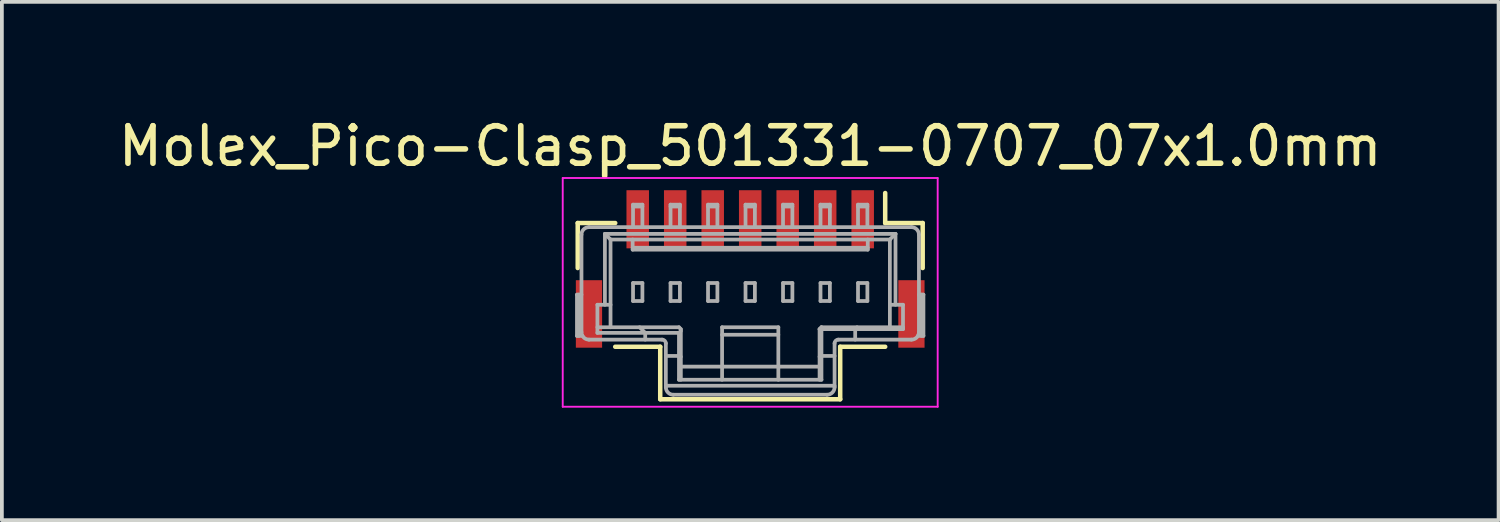
<source format=kicad_pcb>
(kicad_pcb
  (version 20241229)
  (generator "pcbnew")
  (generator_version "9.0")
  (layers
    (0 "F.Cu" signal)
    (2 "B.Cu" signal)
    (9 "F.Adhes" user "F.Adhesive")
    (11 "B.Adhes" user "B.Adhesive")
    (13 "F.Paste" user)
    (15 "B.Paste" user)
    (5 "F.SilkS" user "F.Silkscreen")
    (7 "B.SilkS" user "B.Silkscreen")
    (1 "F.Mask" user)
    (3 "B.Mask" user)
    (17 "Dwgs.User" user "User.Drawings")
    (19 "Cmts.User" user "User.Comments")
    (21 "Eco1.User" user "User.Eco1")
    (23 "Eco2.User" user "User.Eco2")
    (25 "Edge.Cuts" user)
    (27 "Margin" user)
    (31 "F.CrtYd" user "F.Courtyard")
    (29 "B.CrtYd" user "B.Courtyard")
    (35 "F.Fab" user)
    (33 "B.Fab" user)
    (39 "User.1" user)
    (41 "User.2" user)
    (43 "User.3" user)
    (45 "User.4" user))
  (footprint "Molex_Pico-Clasp_501331-0707_07x1.0mm"
    (layer "F.Cu")
    (at 16.958 4.748)
    (property "Reference" "Molex_Pico-Clasp_501331-0707_07x1.0mm" (at 0 -3.9 0) (layer "F.SilkS") (effects (font (size 1 1) (thickness 0.15))))
    (attr smd)
    (fp_line (start -4.6 -1.85) (end -3.6 -1.85) (stroke (width 0.12) (type solid)) (layer "F.SilkS"))
    (fp_line (start -4.6 -0.65) (end -4.6 -1.85) (stroke (width 0.12) (type solid)) (layer "F.SilkS"))
    (fp_line (start -2.4 1.45) (end -3.6 1.45) (stroke (width 0.12) (type solid)) (layer "F.SilkS"))
    (fp_line (start -2.4 2.85) (end -2.4 1.45) (stroke (width 0.12) (type solid)) (layer "F.SilkS"))
    (fp_line (start -2.4 2.85) (end 2.4 2.85) (stroke (width 0.12) (type solid)) (layer "F.SilkS"))
    (fp_line (start 2.4 1.45) (end 3.6 1.45) (stroke (width 0.12) (type solid)) (layer "F.SilkS"))
    (fp_line (start 2.4 2.85) (end 2.4 1.45) (stroke (width 0.12) (type solid)) (layer "F.SilkS"))
    (fp_line (start 3.6 -1.85) (end 3.6 -2.65) (stroke (width 0.12) (type solid)) (layer "F.SilkS"))
    (fp_line (start 4.6 -1.85) (end 3.6 -1.85) (stroke (width 0.12) (type solid)) (layer "F.SilkS"))
    (fp_line (start 4.6 -0.65) (end 4.6 -1.85) (stroke (width 0.12) (type solid)) (layer "F.SilkS"))
    (fp_line (start -5 -3.05) (end 5 -3.05) (stroke (width 0.05) (type solid)) (layer "F.CrtYd"))
    (fp_line (start -5 3.05) (end -5 -3.05) (stroke (width 0.05) (type solid)) (layer "F.CrtYd"))
    (fp_line (start 5 -3.05) (end 5 3.05) (stroke (width 0.05) (type solid)) (layer "F.CrtYd"))
    (fp_line (start 5 3.05) (end -5 3.05) (stroke (width 0.05) (type solid)) (layer "F.CrtYd"))
    (fp_line (start -4.62 1.16) (end -4.62 0.06) (stroke (width 0.1) (type solid)) (layer "F.Fab"))
    (fp_line (start -4.62 1.16) (end -4.473 1.16) (stroke (width 0.1) (type solid)) (layer "F.Fab"))
    (fp_line (start -4.57 0.06) (end -4.57 1.16) (stroke (width 0.1) (type solid)) (layer "F.Fab"))
    (fp_line (start -4.5 0.06) (end -4.62 0.06) (stroke (width 0.1) (type solid)) (layer "F.Fab"))
    (fp_line (start -4.5 1.06) (end -4.5 -1.54) (stroke (width 0.1) (type solid)) (layer "F.Fab"))
    (fp_line (start -4.3 -1.74) (end 4.3 -1.74) (stroke (width 0.1) (type solid)) (layer "F.Fab"))
    (fp_line (start -4.075 0.33) (end -4.075 1.08) (stroke (width 0.1) (type solid)) (layer "F.Fab"))
    (fp_line (start -4.075 0.93) (end -1.9 0.93) (stroke (width 0.1) (type solid)) (layer "F.Fab"))
    (fp_line (start -3.875 -1.56) (end -3.725 -1.41) (stroke (width 0.1) (type solid)) (layer "F.Fab"))
    (fp_line (start -3.875 0.33) (end -3.875 -1.56) (stroke (width 0.1) (type solid)) (layer "F.Fab"))
    (fp_line (start -3.725 -1.41) (end 3.725 -1.41) (stroke (width 0.1) (type solid)) (layer "F.Fab"))
    (fp_line (start -3.725 0.33) (end -4.075 0.33) (stroke (width 0.1) (type solid)) (layer "F.Fab"))
    (fp_line (start -3.725 0.93) (end -3.725 -1.41) (stroke (width 0.1) (type solid)) (layer "F.Fab"))
    (fp_line (start -3.135 -1.19) (end 3.135 -1.19) (stroke (width 0.1) (type solid)) (layer "F.Fab"))
    (fp_line (start -3.135 -1.14) (end -3.135 -1.41) (stroke (width 0.1) (type solid)) (layer "F.Fab"))
    (fp_line (start -3.125 -2.34) (end -3.125 -1.74) (stroke (width 0.1) (type solid)) (layer "F.Fab"))
    (fp_line (start -3.125 -2.34) (end -2.875 -2.34) (stroke (width 0.1) (type solid)) (layer "F.Fab"))
    (fp_line (start -3.125 -0.25) (end -3.125 0.23) (stroke (width 0.1) (type solid)) (layer "F.Fab"))
    (fp_line (start -3.125 -0.25) (end -2.875 -0.25) (stroke (width 0.1) (type solid)) (layer "F.Fab"))
    (fp_line (start -3.125 0.23) (end -2.875 0.23) (stroke (width 0.1) (type solid)) (layer "F.Fab"))
    (fp_line (start -2.875 -2.34) (end -2.875 -1.74) (stroke (width 0.1) (type solid)) (layer "F.Fab"))
    (fp_line (start -2.875 -2.29) (end -3.125 -2.29) (stroke (width 0.1) (type solid)) (layer "F.Fab"))
    (fp_line (start -2.875 -0.25) (end -2.875 0.23) (stroke (width 0.1) (type solid)) (layer "F.Fab"))
    (fp_line (start -2.8 1.08) (end -2.95 0.93) (stroke (width 0.1) (type solid)) (layer "F.Fab"))
    (fp_line (start -2.8 1.08) (end -2.8 1.26) (stroke (width 0.1) (type solid)) (layer "F.Fab"))
    (fp_line (start -2.35 1.26) (end -4.3 1.26) (stroke (width 0.1) (type solid)) (layer "F.Fab"))
    (fp_line (start -2.25 2.49) (end 2.25 2.49) (stroke (width 0.1) (type solid)) (layer "F.Fab"))
    (fp_line (start -2.25 2.53) (end -2.25 1.36) (stroke (width 0.1) (type solid)) (layer "F.Fab"))
    (fp_line (start -2.125 -2.34) (end -2.125 -1.74) (stroke (width 0.1) (type solid)) (layer "F.Fab"))
    (fp_line (start -2.125 -2.34) (end -1.875 -2.34) (stroke (width 0.1) (type solid)) (layer "F.Fab"))
    (fp_line (start -2.125 -0.25) (end -2.125 0.23) (stroke (width 0.1) (type solid)) (layer "F.Fab"))
    (fp_line (start -2.125 -0.25) (end -1.875 -0.25) (stroke (width 0.1) (type solid)) (layer "F.Fab"))
    (fp_line (start -2.125 0.23) (end -1.875 0.23) (stroke (width 0.1) (type solid)) (layer "F.Fab"))
    (fp_line (start -1.9 0.93) (end -1.85 0.98) (stroke (width 0.1) (type solid)) (layer "F.Fab"))
    (fp_line (start -1.9 1.08) (end -4.075 1.08) (stroke (width 0.1) (type solid)) (layer "F.Fab"))
    (fp_line (start -1.9 1.695) (end -2.25 1.695) (stroke (width 0.1) (type solid)) (layer "F.Fab"))
    (fp_line (start -1.9 1.695) (end -1.85 1.716) (stroke (width 0.1) (type solid)) (layer "F.Fab"))
    (fp_line (start -1.9 2.33) (end -1.9 1.08) (stroke (width 0.1) (type solid)) (layer "F.Fab"))
    (fp_line (start -1.9 2.33) (end 1.9 2.33) (stroke (width 0.1) (type solid)) (layer "F.Fab"))
    (fp_line (start -1.875 -2.34) (end -1.875 -1.74) (stroke (width 0.1) (type solid)) (layer "F.Fab"))
    (fp_line (start -1.875 -2.29) (end -2.125 -2.29) (stroke (width 0.1) (type solid)) (layer "F.Fab"))
    (fp_line (start -1.875 -0.25) (end -1.875 0.23) (stroke (width 0.1) (type solid)) (layer "F.Fab"))
    (fp_line (start -1.85 0.98) (end -1.85 2.33) (stroke (width 0.1) (type solid)) (layer "F.Fab"))
    (fp_line (start -1.85 1.03) (end -1.9 1.08) (stroke (width 0.1) (type solid)) (layer "F.Fab"))
    (fp_line (start -1.85 1.98) (end 1.85 1.98) (stroke (width 0.1) (type solid)) (layer "F.Fab"))
    (fp_line (start -1.125 -2.34) (end -1.125 -1.74) (stroke (width 0.1) (type solid)) (layer "F.Fab"))
    (fp_line (start -1.125 -2.34) (end -0.875 -2.34) (stroke (width 0.1) (type solid)) (layer "F.Fab"))
    (fp_line (start -1.125 -0.25) (end -1.125 0.23) (stroke (width 0.1) (type solid)) (layer "F.Fab"))
    (fp_line (start -1.125 -0.25) (end -0.875 -0.25) (stroke (width 0.1) (type solid)) (layer "F.Fab"))
    (fp_line (start -1.125 0.23) (end -0.875 0.23) (stroke (width 0.1) (type solid)) (layer "F.Fab"))
    (fp_line (start -0.875 -2.34) (end -0.875 -1.74) (stroke (width 0.1) (type solid)) (layer "F.Fab"))
    (fp_line (start -0.875 -2.29) (end -1.125 -2.29) (stroke (width 0.1) (type solid)) (layer "F.Fab"))
    (fp_line (start -0.875 -0.25) (end -0.875 0.23) (stroke (width 0.1) (type solid)) (layer "F.Fab"))
    (fp_line (start -0.75 0.93) (end -0.75 2.33) (stroke (width 0.1) (type solid)) (layer "F.Fab"))
    (fp_line (start -0.75 1.13) (end 0.75 1.13) (stroke (width 0.1) (type solid)) (layer "F.Fab"))
    (fp_line (start -0.125 -2.34) (end -0.125 -1.74) (stroke (width 0.1) (type solid)) (layer "F.Fab"))
    (fp_line (start -0.125 -2.34) (end 0.125 -2.34) (stroke (width 0.1) (type solid)) (layer "F.Fab"))
    (fp_line (start -0.125 -0.25) (end -0.125 0.23) (stroke (width 0.1) (type solid)) (layer "F.Fab"))
    (fp_line (start -0.125 -0.25) (end 0.125 -0.25) (stroke (width 0.1) (type solid)) (layer "F.Fab"))
    (fp_line (start -0.125 0.23) (end 0.125 0.23) (stroke (width 0.1) (type solid)) (layer "F.Fab"))
    (fp_line (start 0.125 -2.34) (end 0.125 -1.74) (stroke (width 0.1) (type solid)) (layer "F.Fab"))
    (fp_line (start 0.125 -2.29) (end -0.125 -2.29) (stroke (width 0.1) (type solid)) (layer "F.Fab"))
    (fp_line (start 0.125 -0.25) (end 0.125 0.23) (stroke (width 0.1) (type solid)) (layer "F.Fab"))
    (fp_line (start 0.75 0.93) (end -0.75 0.93) (stroke (width 0.1) (type solid)) (layer "F.Fab"))
    (fp_line (start 0.75 2.33) (end 0.75 0.93) (stroke (width 0.1) (type solid)) (layer "F.Fab"))
    (fp_line (start 0.875 -2.34) (end 0.875 -1.74) (stroke (width 0.1) (type solid)) (layer "F.Fab"))
    (fp_line (start 0.875 -2.34) (end 1.125 -2.34) (stroke (width 0.1) (type solid)) (layer "F.Fab"))
    (fp_line (start 0.875 -0.25) (end 0.875 0.23) (stroke (width 0.1) (type solid)) (layer "F.Fab"))
    (fp_line (start 0.875 -0.25) (end 1.125 -0.25) (stroke (width 0.1) (type solid)) (layer "F.Fab"))
    (fp_line (start 0.875 0.23) (end 1.125 0.23) (stroke (width 0.1) (type solid)) (layer "F.Fab"))
    (fp_line (start 1.125 -2.34) (end 1.125 -1.74) (stroke (width 0.1) (type solid)) (layer "F.Fab"))
    (fp_line (start 1.125 -2.29) (end 0.875 -2.29) (stroke (width 0.1) (type solid)) (layer "F.Fab"))
    (fp_line (start 1.125 -0.25) (end 1.125 0.23) (stroke (width 0.1) (type solid)) (layer "F.Fab"))
    (fp_line (start 1.85 1.716) (end 1.9 1.695) (stroke (width 0.1) (type solid)) (layer "F.Fab"))
    (fp_line (start 1.85 2.33) (end 1.85 0.98) (stroke (width 0.1) (type solid)) (layer "F.Fab"))
    (fp_line (start 1.875 -2.34) (end 1.875 -1.74) (stroke (width 0.1) (type solid)) (layer "F.Fab"))
    (fp_line (start 1.875 -2.34) (end 2.125 -2.34) (stroke (width 0.1) (type solid)) (layer "F.Fab"))
    (fp_line (start 1.875 -0.25) (end 1.875 0.23) (stroke (width 0.1) (type solid)) (layer "F.Fab"))
    (fp_line (start 1.875 -0.25) (end 2.125 -0.25) (stroke (width 0.1) (type solid)) (layer "F.Fab"))
    (fp_line (start 1.875 0.23) (end 2.125 0.23) (stroke (width 0.1) (type solid)) (layer "F.Fab"))
    (fp_line (start 1.9 0.93) (end 1.85 0.98) (stroke (width 0.1) (type solid)) (layer "F.Fab"))
    (fp_line (start 1.9 0.93) (end 1.9 2.33) (stroke (width 0.1) (type solid)) (layer "F.Fab"))
    (fp_line (start 1.9 0.93) (end 4.075 0.93) (stroke (width 0.1) (type solid)) (layer "F.Fab"))
    (fp_line (start 2.05 2.73) (end -2.05 2.73) (stroke (width 0.1) (type solid)) (layer "F.Fab"))
    (fp_line (start 2.125 -2.34) (end 2.125 -1.74) (stroke (width 0.1) (type solid)) (layer "F.Fab"))
    (fp_line (start 2.125 -2.29) (end 1.875 -2.29) (stroke (width 0.1) (type solid)) (layer "F.Fab"))
    (fp_line (start 2.125 -0.25) (end 2.125 0.23) (stroke (width 0.1) (type solid)) (layer "F.Fab"))
    (fp_line (start 2.25 1.36) (end 2.25 2.53) (stroke (width 0.1) (type solid)) (layer "F.Fab"))
    (fp_line (start 2.25 1.695) (end 1.9 1.695) (stroke (width 0.1) (type solid)) (layer "F.Fab"))
    (fp_line (start 2.8 1.26) (end 2.8 0.98) (stroke (width 0.1) (type solid)) (layer "F.Fab"))
    (fp_line (start 2.85 0.93) (end 2.8 0.98) (stroke (width 0.1) (type solid)) (layer "F.Fab"))
    (fp_line (start 2.875 -2.34) (end 2.875 -1.74) (stroke (width 0.1) (type solid)) (layer "F.Fab"))
    (fp_line (start 2.875 -2.34) (end 3.125 -2.34) (stroke (width 0.1) (type solid)) (layer "F.Fab"))
    (fp_line (start 2.875 -0.25) (end 2.875 0.23) (stroke (width 0.1) (type solid)) (layer "F.Fab"))
    (fp_line (start 2.875 -0.25) (end 3.125 -0.25) (stroke (width 0.1) (type solid)) (layer "F.Fab"))
    (fp_line (start 2.875 0.23) (end 3.125 0.23) (stroke (width 0.1) (type solid)) (layer "F.Fab"))
    (fp_line (start 3.125 -2.34) (end 3.125 -1.74) (stroke (width 0.1) (type solid)) (layer "F.Fab"))
    (fp_line (start 3.125 -2.29) (end 2.875 -2.29) (stroke (width 0.1) (type solid)) (layer "F.Fab"))
    (fp_line (start 3.125 -0.25) (end 3.125 0.23) (stroke (width 0.1) (type solid)) (layer "F.Fab"))
    (fp_line (start 3.135 -1.14) (end -3.135 -1.14) (stroke (width 0.1) (type solid)) (layer "F.Fab"))
    (fp_line (start 3.135 -1.14) (end 3.135 -1.41) (stroke (width 0.1) (type solid)) (layer "F.Fab"))
    (fp_line (start 3.725 -1.41) (end 3.875 -1.56) (stroke (width 0.1) (type solid)) (layer "F.Fab"))
    (fp_line (start 3.725 0.93) (end 3.725 -1.41) (stroke (width 0.1) (type solid)) (layer "F.Fab"))
    (fp_line (start 3.875 -1.56) (end -3.875 -1.56) (stroke (width 0.1) (type solid)) (layer "F.Fab"))
    (fp_line (start 3.875 -1.56) (end 3.875 0.33) (stroke (width 0.1) (type solid)) (layer "F.Fab"))
    (fp_line (start 4.075 0.33) (end 3.725 0.33) (stroke (width 0.1) (type solid)) (layer "F.Fab"))
    (fp_line (start 4.075 0.33) (end 4.075 0.98) (stroke (width 0.1) (type solid)) (layer "F.Fab"))
    (fp_line (start 4.075 0.98) (end 1.85 0.98) (stroke (width 0.1) (type solid)) (layer "F.Fab"))
    (fp_line (start 4.3 1.26) (end 2.35 1.26) (stroke (width 0.1) (type solid)) (layer "F.Fab"))
    (fp_line (start 4.473 1.16) (end 4.62 1.16) (stroke (width 0.1) (type solid)) (layer "F.Fab"))
    (fp_line (start 4.5 -1.54) (end 4.5 1.06) (stroke (width 0.1) (type solid)) (layer "F.Fab"))
    (fp_line (start 4.57 1.16) (end 4.57 0.06) (stroke (width 0.1) (type solid)) (layer "F.Fab"))
    (fp_line (start 4.62 0.06) (end 4.5 0.06) (stroke (width 0.1) (type solid)) (layer "F.Fab"))
    (fp_line (start 4.62 0.06) (end 4.62 1.16) (stroke (width 0.1) (type solid)) (layer "F.Fab"))
    (fp_arc (start -4.5 -1.54) (mid -4.441421 -1.681421) (end -4.3 -1.74) (stroke (width 0.1) (type solid)) (layer "F.Fab"))
    (fp_arc (start -4.3 1.26) (mid -4.441421 1.201421) (end -4.5 1.06) (stroke (width 0.1) (type solid)) (layer "F.Fab"))
    (fp_arc (start -2.35 1.26) (mid -2.279289 1.289289) (end -2.25 1.36) (stroke (width 0.1) (type solid)) (layer "F.Fab"))
    (fp_arc (start -2.05 2.73) (mid -2.191421 2.671421) (end -2.25 2.53) (stroke (width 0.1) (type solid)) (layer "F.Fab"))
    (fp_arc (start 2.25 1.36) (mid 2.279289 1.289289) (end 2.35 1.26) (stroke (width 0.1) (type solid)) (layer "F.Fab"))
    (fp_arc (start 2.25 2.53) (mid 2.191421 2.671421) (end 2.05 2.73) (stroke (width 0.1) (type solid)) (layer "F.Fab"))
    (fp_arc (start 4.3 -1.74) (mid 4.441421 -1.681421) (end 4.5 -1.54) (stroke (width 0.1) (type solid)) (layer "F.Fab"))
    (fp_arc (start 4.5 1.06) (mid 4.441421 1.201421) (end 4.3 1.26) (stroke (width 0.1) (type solid)) (layer "F.Fab"))
    (pad "1" smd rect (at 3 -1.95) (size 0.6 1.55) (layers "F.Cu" "F.Mask" "F.Paste"))
    (pad "2" smd rect (at 2 -1.95) (size 0.6 1.55) (layers "F.Cu" "F.Mask" "F.Paste"))
    (pad "3" smd rect (at 1 -1.95) (size 0.6 1.55) (layers "F.Cu" "F.Mask" "F.Paste"))
    (pad "4" smd rect (at 0 -1.95) (size 0.6 1.55) (layers "F.Cu" "F.Mask" "F.Paste"))
    (pad "5" smd rect (at -1 -1.95) (size 0.6 1.55) (layers "F.Cu" "F.Mask" "F.Paste"))
    (pad "6" smd rect (at -2 -1.95) (size 0.6 1.55) (layers "F.Cu" "F.Mask" "F.Paste"))
    (pad "7" smd rect (at -3 -1.95) (size 0.6 1.55) (layers "F.Cu" "F.Mask" "F.Paste"))
    (pad "8" smd rect (at -4.3 0.575) (size 0.7 1.8) (layers "F.Cu" "F.Mask" "F.Paste"))
    (pad "8" smd rect (at 4.3 0.575) (size 0.7 1.8) (layers "F.Cu" "F.Mask" "F.Paste")))
  (gr_rect
    (start -3 -3)
    (end 36.917 10.823)
    (stroke (width 0.1) (type default))
    (fill no)
    (layer "Edge.Cuts")))
</source>
